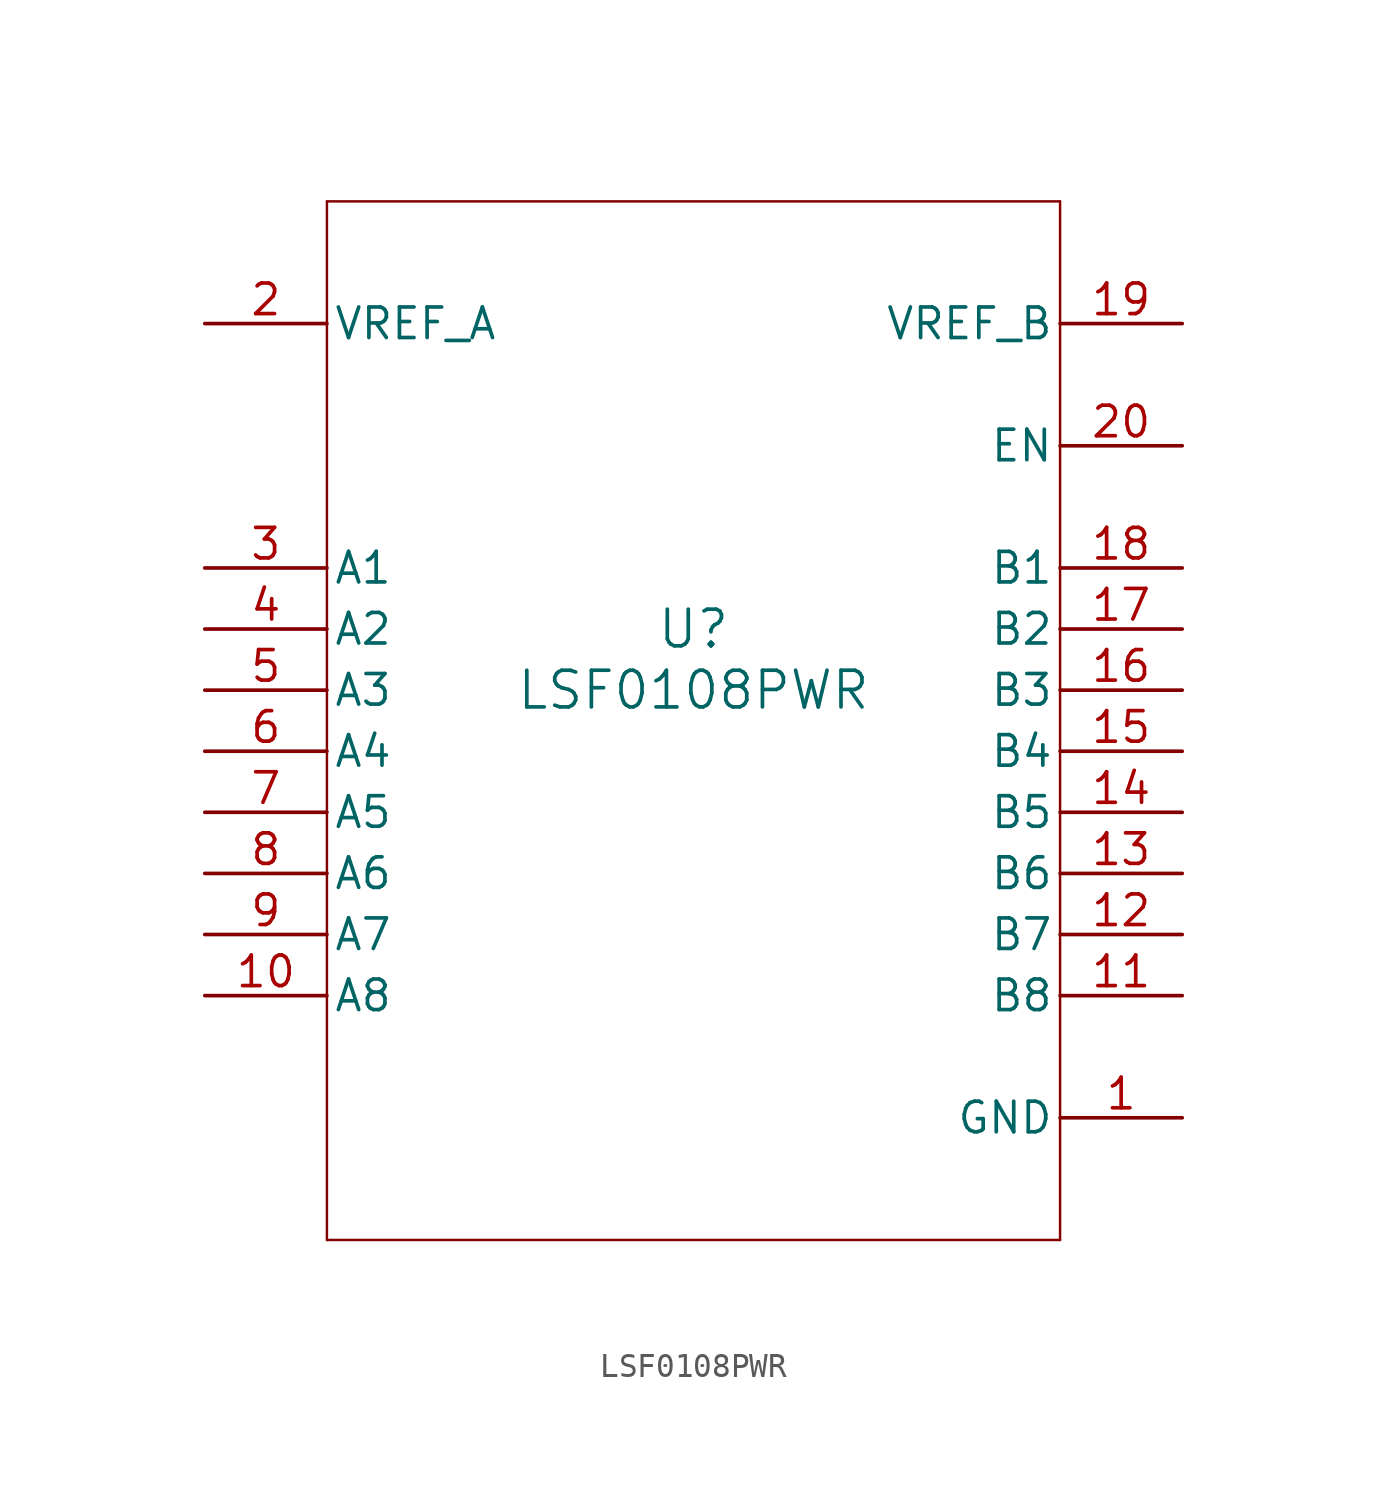
<source format=kicad_sym>
(kicad_symbol_lib
  (version 20211014)
  (generator kicad_symbol_editor)
  (symbol "LSF0108PWR"
    (pin_names
      (offset 0.254))
    (property "Reference" "U"
      (at 0 2.54 0)
      (effects (font (size 1.524 1.524))))
    (property "Value" "LSF0108PWR"
      (at 0 0 0)
      (effects (font (size 1.524 1.524))))
    (symbol "LSF0108PWR_0_1"
      (polyline (pts (xy -15.24 -22.86) (xy 15.24 -22.86)) (stroke (width 0.102) (type default) (color 0 0 0 0)) (fill (type none)))
      (polyline (pts (xy 15.24 -22.86) (xy 15.24 20.32)) (stroke (width 0.102) (type default) (color 0 0 0 0)) (fill (type none)))
      (polyline (pts (xy 15.24 20.32) (xy -15.24 20.32)) (stroke (width 0.102) (type default) (color 0 0 0 0)) (fill (type none)))
      (polyline (pts (xy -15.24 20.32) (xy -15.24 -22.86)) (stroke (width 0.102) (type default) (color 0 0 0 0)) (fill (type none)))
      (pin power_in line (at 20.32 -17.78 180) (length 5.08) (name "GND" (effects (font (size 1.27 1.27)))) (number "1" (effects (font (size 1.27 1.27)))))
      (pin power_in line (at -20.32 15.24 0) (length 5.08) (name "VREF_A" (effects (font (size 1.27 1.27)))) (number "2" (effects (font (size 1.27 1.27)))))
      (pin bidirectional line (at -20.32 5.08 0) (length 5.08) (name "A1" (effects (font (size 1.27 1.27)))) (number "3" (effects (font (size 1.27 1.27)))))
      (pin bidirectional line (at -20.32 2.54 0) (length 5.08) (name "A2" (effects (font (size 1.27 1.27)))) (number "4" (effects (font (size 1.27 1.27)))))
      (pin bidirectional line (at -20.32 0 0) (length 5.08) (name "A3" (effects (font (size 1.27 1.27)))) (number "5" (effects (font (size 1.27 1.27)))))
      (pin bidirectional line (at -20.32 -2.54 0) (length 5.08) (name "A4" (effects (font (size 1.27 1.27)))) (number "6" (effects (font (size 1.27 1.27)))))
      (pin bidirectional line (at -20.32 -5.08 0) (length 5.08) (name "A5" (effects (font (size 1.27 1.27)))) (number "7" (effects (font (size 1.27 1.27)))))
      (pin bidirectional line (at -20.32 -7.62 0) (length 5.08) (name "A6" (effects (font (size 1.27 1.27)))) (number "8" (effects (font (size 1.27 1.27)))))
      (pin bidirectional line (at -20.32 -10.16 0) (length 5.08) (name "A7" (effects (font (size 1.27 1.27)))) (number "9" (effects (font (size 1.27 1.27)))))
      (pin bidirectional line (at -20.32 -12.7 0) (length 5.08) (name "A8" (effects (font (size 1.27 1.27)))) (number "10" (effects (font (size 1.27 1.27)))))
      (pin bidirectional line (at 20.32 -12.7 180) (length 5.08) (name "B8" (effects (font (size 1.27 1.27)))) (number "11" (effects (font (size 1.27 1.27)))))
      (pin bidirectional line (at 20.32 -10.16 180) (length 5.08) (name "B7" (effects (font (size 1.27 1.27)))) (number "12" (effects (font (size 1.27 1.27)))))
      (pin bidirectional line (at 20.32 -7.62 180) (length 5.08) (name "B6" (effects (font (size 1.27 1.27)))) (number "13" (effects (font (size 1.27 1.27)))))
      (pin bidirectional line (at 20.32 -5.08 180) (length 5.08) (name "B5" (effects (font (size 1.27 1.27)))) (number "14" (effects (font (size 1.27 1.27)))))
      (pin bidirectional line (at 20.32 -2.54 180) (length 5.08) (name "B4" (effects (font (size 1.27 1.27)))) (number "15" (effects (font (size 1.27 1.27)))))
      (pin bidirectional line (at 20.32 0 180) (length 5.08) (name "B3" (effects (font (size 1.27 1.27)))) (number "16" (effects (font (size 1.27 1.27)))))
      (pin bidirectional line (at 20.32 2.54 180) (length 5.08) (name "B2" (effects (font (size 1.27 1.27)))) (number "17" (effects (font (size 1.27 1.27)))))
      (pin bidirectional line (at 20.32 5.08 180) (length 5.08) (name "B1" (effects (font (size 1.27 1.27)))) (number "18" (effects (font (size 1.27 1.27)))))
      (pin power_in line (at 20.32 15.24 180) (length 5.08) (name "VREF_B" (effects (font (size 1.27 1.27)))) (number "19" (effects (font (size 1.27 1.27)))))
      (pin input line (at 20.32 10.16 180) (length 5.08) (name "EN" (effects (font (size 1.27 1.27)))) (number "20" (effects (font (size 1.27 1.27))))))))
</source>
